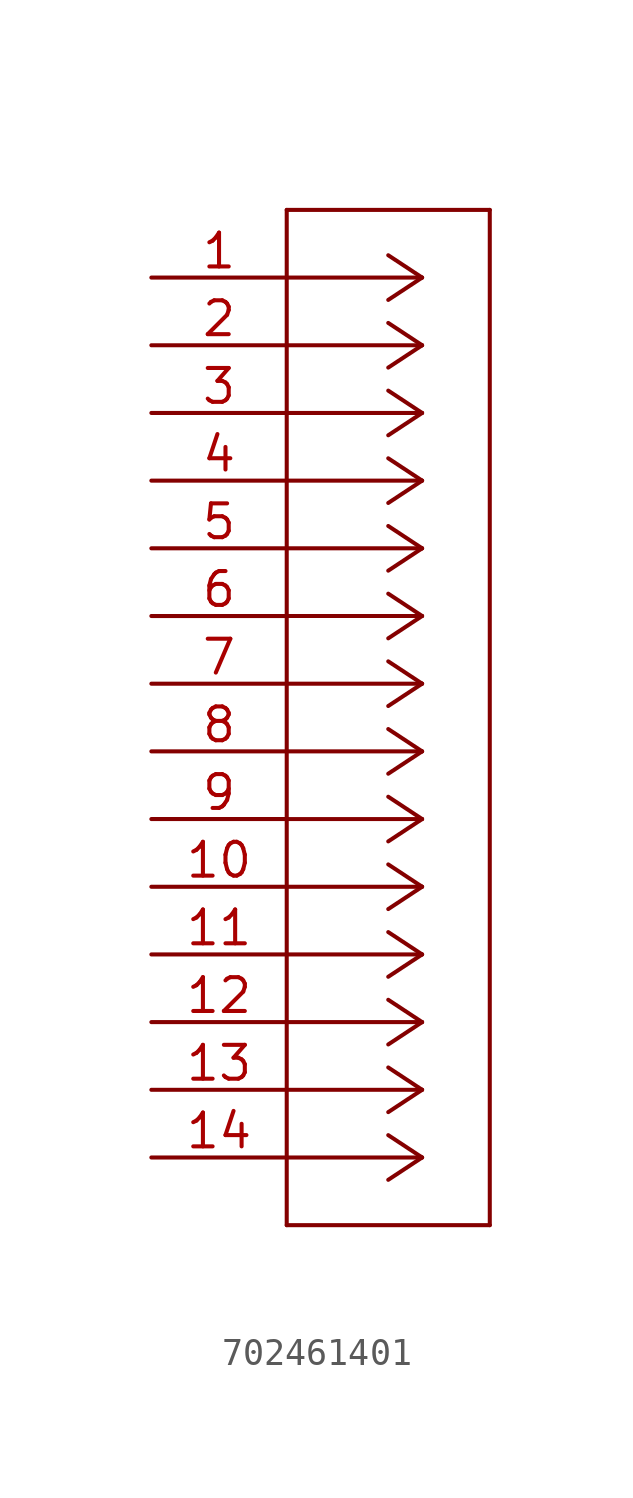
<source format=kicad_sym>
(kicad_symbol_lib
  (version 20220914)
  (generator kicad_symbol_editor)
  (symbol "702461401"
    (property "Reference" "J"
      (at 4.166 5.309 0)
      (effects (font (size 2.083 1.77)) (justify left bottom) hide))
    (property "ki_locked" ""
      (at 0 0 0)
      (effects (font (size 1.27 1.27))))
    (symbol "702461401_1_0"
      (polyline (pts (xy 5.08 -35.56) (xy 12.7 -35.56)) (stroke (width 0.152) (type solid)) (fill (type none)))
      (polyline (pts (xy 5.08 2.54) (xy 5.08 -35.56)) (stroke (width 0.152) (type solid)) (fill (type none)))
      (polyline (pts (xy 10.16 -33.02) (xy 5.08 -33.02)) (stroke (width 0.152) (type solid)) (fill (type none)))
      (polyline (pts (xy 10.16 -33.02) (xy 8.89 -33.858)) (stroke (width 0.152) (type solid)) (fill (type none)))
      (polyline (pts (xy 10.16 -33.02) (xy 8.89 -32.182)) (stroke (width 0.152) (type solid)) (fill (type none)))
      (polyline (pts (xy 10.16 -30.48) (xy 5.08 -30.48)) (stroke (width 0.152) (type solid)) (fill (type none)))
      (polyline (pts (xy 10.16 -30.48) (xy 8.89 -31.318)) (stroke (width 0.152) (type solid)) (fill (type none)))
      (polyline (pts (xy 10.16 -30.48) (xy 8.89 -29.642)) (stroke (width 0.152) (type solid)) (fill (type none)))
      (polyline (pts (xy 10.16 -27.94) (xy 5.08 -27.94)) (stroke (width 0.152) (type solid)) (fill (type none)))
      (polyline (pts (xy 10.16 -27.94) (xy 8.89 -28.778)) (stroke (width 0.152) (type solid)) (fill (type none)))
      (polyline (pts (xy 10.16 -27.94) (xy 8.89 -27.102)) (stroke (width 0.152) (type solid)) (fill (type none)))
      (polyline (pts (xy 10.16 -25.4) (xy 5.08 -25.4)) (stroke (width 0.152) (type solid)) (fill (type none)))
      (polyline (pts (xy 10.16 -25.4) (xy 8.89 -26.238)) (stroke (width 0.152) (type solid)) (fill (type none)))
      (polyline (pts (xy 10.16 -25.4) (xy 8.89 -24.562)) (stroke (width 0.152) (type solid)) (fill (type none)))
      (polyline (pts (xy 10.16 -22.86) (xy 5.08 -22.86)) (stroke (width 0.152) (type solid)) (fill (type none)))
      (polyline (pts (xy 10.16 -22.86) (xy 8.89 -23.698)) (stroke (width 0.152) (type solid)) (fill (type none)))
      (polyline (pts (xy 10.16 -22.86) (xy 8.89 -22.022)) (stroke (width 0.152) (type solid)) (fill (type none)))
      (polyline (pts (xy 10.16 -20.32) (xy 5.08 -20.32)) (stroke (width 0.152) (type solid)) (fill (type none)))
      (polyline (pts (xy 10.16 -20.32) (xy 8.89 -21.158)) (stroke (width 0.152) (type solid)) (fill (type none)))
      (polyline (pts (xy 10.16 -20.32) (xy 8.89 -19.482)) (stroke (width 0.152) (type solid)) (fill (type none)))
      (polyline (pts (xy 10.16 -17.78) (xy 5.08 -17.78)) (stroke (width 0.152) (type solid)) (fill (type none)))
      (polyline (pts (xy 10.16 -17.78) (xy 8.89 -18.618)) (stroke (width 0.152) (type solid)) (fill (type none)))
      (polyline (pts (xy 10.16 -17.78) (xy 8.89 -16.942)) (stroke (width 0.152) (type solid)) (fill (type none)))
      (polyline (pts (xy 10.16 -15.24) (xy 5.08 -15.24)) (stroke (width 0.152) (type solid)) (fill (type none)))
      (polyline (pts (xy 10.16 -15.24) (xy 8.89 -16.078)) (stroke (width 0.152) (type solid)) (fill (type none)))
      (polyline (pts (xy 10.16 -15.24) (xy 8.89 -14.402)) (stroke (width 0.152) (type solid)) (fill (type none)))
      (polyline (pts (xy 10.16 -12.7) (xy 5.08 -12.7)) (stroke (width 0.152) (type solid)) (fill (type none)))
      (polyline (pts (xy 10.16 -12.7) (xy 8.89 -13.538)) (stroke (width 0.152) (type solid)) (fill (type none)))
      (polyline (pts (xy 10.16 -12.7) (xy 8.89 -11.862)) (stroke (width 0.152) (type solid)) (fill (type none)))
      (polyline (pts (xy 10.16 -10.16) (xy 5.08 -10.16)) (stroke (width 0.152) (type solid)) (fill (type none)))
      (polyline (pts (xy 10.16 -10.16) (xy 8.89 -10.998)) (stroke (width 0.152) (type solid)) (fill (type none)))
      (polyline (pts (xy 10.16 -10.16) (xy 8.89 -9.322)) (stroke (width 0.152) (type solid)) (fill (type none)))
      (polyline (pts (xy 10.16 -7.62) (xy 5.08 -7.62)) (stroke (width 0.152) (type solid)) (fill (type none)))
      (polyline (pts (xy 10.16 -7.62) (xy 8.89 -8.458)) (stroke (width 0.152) (type solid)) (fill (type none)))
      (polyline (pts (xy 10.16 -7.62) (xy 8.89 -6.782)) (stroke (width 0.152) (type solid)) (fill (type none)))
      (polyline (pts (xy 10.16 -5.08) (xy 5.08 -5.08)) (stroke (width 0.152) (type solid)) (fill (type none)))
      (polyline (pts (xy 10.16 -5.08) (xy 8.89 -5.918)) (stroke (width 0.152) (type solid)) (fill (type none)))
      (polyline (pts (xy 10.16 -5.08) (xy 8.89 -4.242)) (stroke (width 0.152) (type solid)) (fill (type none)))
      (polyline (pts (xy 10.16 -2.54) (xy 5.08 -2.54)) (stroke (width 0.152) (type solid)) (fill (type none)))
      (polyline (pts (xy 10.16 -2.54) (xy 8.89 -3.378)) (stroke (width 0.152) (type solid)) (fill (type none)))
      (polyline (pts (xy 10.16 -2.54) (xy 8.89 -1.702)) (stroke (width 0.152) (type solid)) (fill (type none)))
      (polyline (pts (xy 10.16 0) (xy 5.08 0)) (stroke (width 0.152) (type solid)) (fill (type none)))
      (polyline (pts (xy 10.16 0) (xy 8.89 -0.838)) (stroke (width 0.152) (type solid)) (fill (type none)))
      (polyline (pts (xy 10.16 0) (xy 8.89 0.838)) (stroke (width 0.152) (type solid)) (fill (type none)))
      (polyline (pts (xy 12.7 -35.56) (xy 12.7 2.54)) (stroke (width 0.152) (type solid)) (fill (type none)))
      (polyline (pts (xy 12.7 2.54) (xy 5.08 2.54)) (stroke (width 0.152) (type solid)) (fill (type none)))
      (pin passive line (at 0 0 0) (length 5.08) (name "1" (effects (font (size 0 0)))) (number "1" (effects (font (size 1.27 1.27)))))
      (pin passive line (at 0 -22.86 0) (length 5.08) (name "10" (effects (font (size 0 0)))) (number "10" (effects (font (size 1.27 1.27)))))
      (pin passive line (at 0 -25.4 0) (length 5.08) (name "11" (effects (font (size 0 0)))) (number "11" (effects (font (size 1.27 1.27)))))
      (pin passive line (at 0 -27.94 0) (length 5.08) (name "12" (effects (font (size 0 0)))) (number "12" (effects (font (size 1.27 1.27)))))
      (pin passive line (at 0 -30.48 0) (length 5.08) (name "13" (effects (font (size 0 0)))) (number "13" (effects (font (size 1.27 1.27)))))
      (pin passive line (at 0 -33.02 0) (length 5.08) (name "14" (effects (font (size 0 0)))) (number "14" (effects (font (size 1.27 1.27)))))
      (pin passive line (at 0 -2.54 0) (length 5.08) (name "2" (effects (font (size 0 0)))) (number "2" (effects (font (size 1.27 1.27)))))
      (pin passive line (at 0 -5.08 0) (length 5.08) (name "3" (effects (font (size 0 0)))) (number "3" (effects (font (size 1.27 1.27)))))
      (pin passive line (at 0 -7.62 0) (length 5.08) (name "4" (effects (font (size 0 0)))) (number "4" (effects (font (size 1.27 1.27)))))
      (pin passive line (at 0 -10.16 0) (length 5.08) (name "5" (effects (font (size 0 0)))) (number "5" (effects (font (size 1.27 1.27)))))
      (pin passive line (at 0 -12.7 0) (length 5.08) (name "6" (effects (font (size 0 0)))) (number "6" (effects (font (size 1.27 1.27)))))
      (pin passive line (at 0 -15.24 0) (length 5.08) (name "7" (effects (font (size 0 0)))) (number "7" (effects (font (size 1.27 1.27)))))
      (pin passive line (at 0 -17.78 0) (length 5.08) (name "8" (effects (font (size 0 0)))) (number "8" (effects (font (size 1.27 1.27)))))
      (pin passive line (at 0 -20.32 0) (length 5.08) (name "9" (effects (font (size 0 0)))) (number "9" (effects (font (size 1.27 1.27))))))))
</source>
